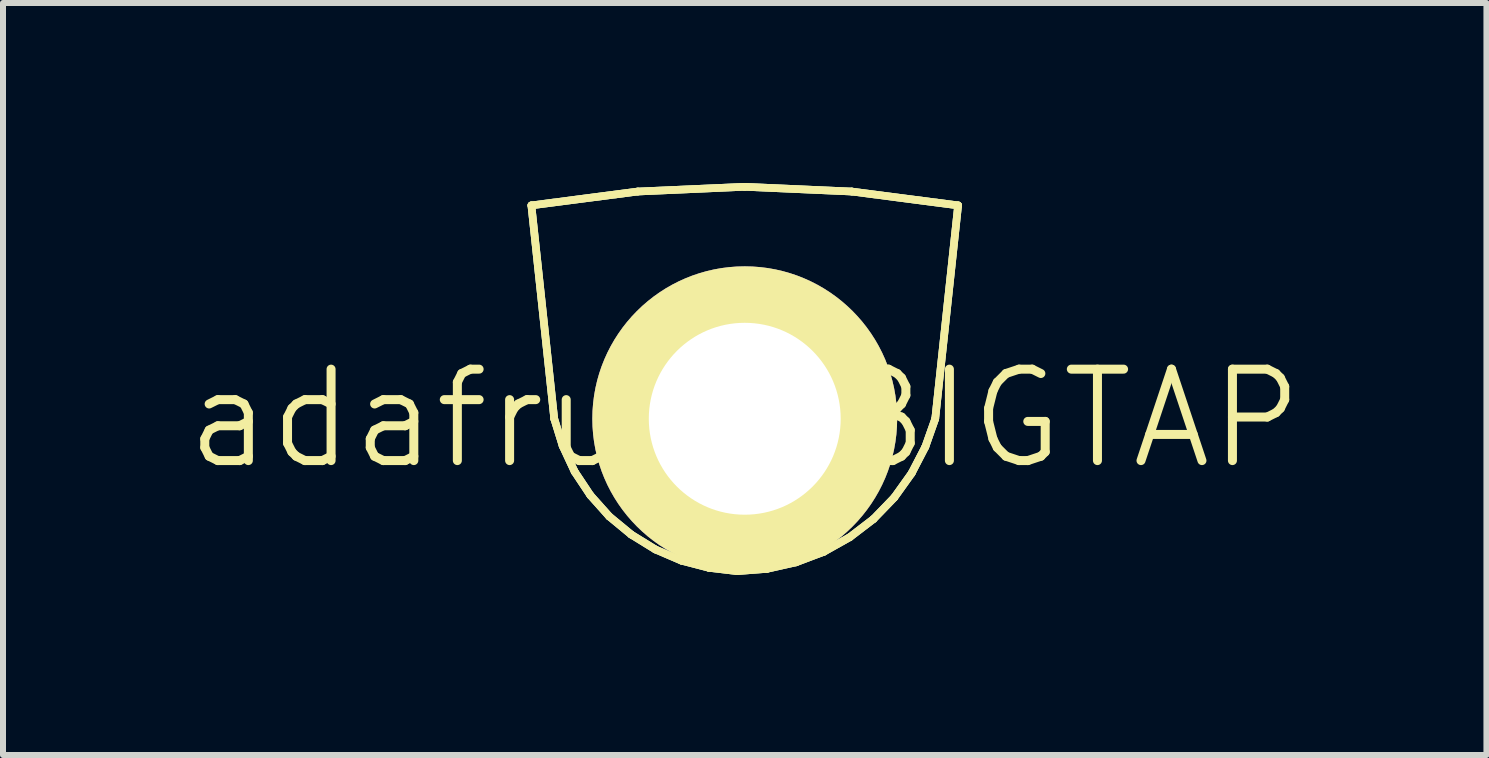
<source format=kicad_pcb>
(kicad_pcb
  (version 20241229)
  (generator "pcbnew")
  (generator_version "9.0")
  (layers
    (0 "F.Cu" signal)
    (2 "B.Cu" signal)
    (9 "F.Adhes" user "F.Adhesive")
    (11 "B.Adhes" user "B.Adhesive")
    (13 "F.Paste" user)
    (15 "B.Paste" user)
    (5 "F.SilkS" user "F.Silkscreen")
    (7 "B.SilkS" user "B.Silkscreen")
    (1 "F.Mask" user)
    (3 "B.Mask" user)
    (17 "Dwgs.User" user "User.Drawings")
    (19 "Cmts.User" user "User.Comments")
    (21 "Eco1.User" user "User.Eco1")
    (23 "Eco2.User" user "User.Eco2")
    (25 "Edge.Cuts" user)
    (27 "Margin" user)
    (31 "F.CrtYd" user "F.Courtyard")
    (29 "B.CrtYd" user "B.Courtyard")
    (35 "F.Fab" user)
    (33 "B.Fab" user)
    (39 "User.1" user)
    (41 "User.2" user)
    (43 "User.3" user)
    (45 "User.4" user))
  (footprint "adafruit-BIGTAP"
    (layer "F.Cu")
    (at 9.362 3.929)
    (property "Reference" "adafruit-BIGTAP" (at 0 0 0) (layer "F.SilkS") (effects (font (size 1.524 1.524) (thickness 0.15))))
    (attr exclude_from_pos_files exclude_from_bom)
    (fp_line (start -3.556 -3.556) (end -3.175 0) (stroke (width 0.127) (type solid)) (layer "B.Cu"))
    (fp_line (start -3.175 0) (end -3.035 0.452) (stroke (width 0.127) (type solid)) (layer "B.Cu"))
    (fp_line (start -3.035 0.452) (end -2.835 0.881) (stroke (width 0.127) (type solid)) (layer "B.Cu"))
    (fp_line (start -2.835 0.881) (end -2.573 1.275) (stroke (width 0.127) (type solid)) (layer "B.Cu"))
    (fp_line (start -2.573 1.275) (end -2.258 1.628) (stroke (width 0.127) (type solid)) (layer "B.Cu"))
    (fp_line (start -2.258 1.628) (end -1.892 1.93) (stroke (width 0.127) (type solid)) (layer "B.Cu"))
    (fp_line (start -1.892 1.93) (end -1.488 2.179) (stroke (width 0.127) (type solid)) (layer "B.Cu"))
    (fp_line (start -1.783 -3.787) (end -3.556 -3.556) (stroke (width 0.127) (type solid)) (layer "B.Cu"))
    (fp_line (start -1.488 2.179) (end -1.054 2.365) (stroke (width 0.127) (type solid)) (layer "B.Cu"))
    (fp_line (start -1.054 2.365) (end -0.597 2.484) (stroke (width 0.127) (type solid)) (layer "B.Cu"))
    (fp_line (start -0.597 2.484) (end -0.127 2.54) (stroke (width 0.127) (type solid)) (layer "B.Cu"))
    (fp_line (start -0.127 2.54) (end 0.368 2.502) (stroke (width 0.127) (type solid)) (layer "B.Cu"))
    (fp_line (start 0 -3.866) (end -1.783 -3.787) (stroke (width 0.127) (type solid)) (layer "B.Cu"))
    (fp_line (start 0.368 2.502) (end 0.853 2.393) (stroke (width 0.127) (type solid)) (layer "B.Cu"))
    (fp_line (start 0.853 2.393) (end 1.318 2.217) (stroke (width 0.127) (type solid)) (layer "B.Cu"))
    (fp_line (start 1.318 2.217) (end 1.75 1.974) (stroke (width 0.127) (type solid)) (layer "B.Cu"))
    (fp_line (start 1.75 1.974) (end 2.146 1.671) (stroke (width 0.127) (type solid)) (layer "B.Cu"))
    (fp_line (start 1.783 -3.787) (end 0 -3.866) (stroke (width 0.127) (type solid)) (layer "B.Cu"))
    (fp_line (start 2.146 1.671) (end 2.492 1.313) (stroke (width 0.127) (type solid)) (layer "B.Cu"))
    (fp_line (start 2.492 1.313) (end 2.781 0.909) (stroke (width 0.127) (type solid)) (layer "B.Cu"))
    (fp_line (start 2.781 0.909) (end 3.01 0.467) (stroke (width 0.127) (type solid)) (layer "B.Cu"))
    (fp_line (start 3.01 0.467) (end 3.175 0) (stroke (width 0.127) (type solid)) (layer "B.Cu"))
    (fp_line (start 3.175 0) (end 3.556 -3.556) (stroke (width 0.127) (type solid)) (layer "B.Cu"))
    (fp_line (start 3.556 -3.556) (end 1.783 -3.787) (stroke (width 0.127) (type solid)) (layer "B.Cu"))
    (fp_line (start -3.556 -3.556) (end -3.175 0) (stroke (width 0.127) (type solid)) (layer "F.SilkS"))
    (fp_line (start -3.556 -3.556) (end -3.175 0) (stroke (width 0.127) (type solid)) (layer "F.SilkS"))
    (fp_line (start -3.175 0) (end -3.035 0.452) (stroke (width 0.127) (type solid)) (layer "F.SilkS"))
    (fp_line (start -3.175 0) (end -3.035 0.452) (stroke (width 0.127) (type solid)) (layer "F.SilkS"))
    (fp_line (start -3.035 0.452) (end -2.835 0.881) (stroke (width 0.127) (type solid)) (layer "F.SilkS"))
    (fp_line (start -3.035 0.452) (end -2.835 0.881) (stroke (width 0.127) (type solid)) (layer "F.SilkS"))
    (fp_line (start -2.835 0.881) (end -2.573 1.275) (stroke (width 0.127) (type solid)) (layer "F.SilkS"))
    (fp_line (start -2.835 0.881) (end -2.573 1.275) (stroke (width 0.127) (type solid)) (layer "F.SilkS"))
    (fp_line (start -2.573 1.275) (end -2.258 1.628) (stroke (width 0.127) (type solid)) (layer "F.SilkS"))
    (fp_line (start -2.573 1.275) (end -2.258 1.628) (stroke (width 0.127) (type solid)) (layer "F.SilkS"))
    (fp_line (start -2.258 1.628) (end -1.892 1.93) (stroke (width 0.127) (type solid)) (layer "F.SilkS"))
    (fp_line (start -2.258 1.628) (end -1.892 1.93) (stroke (width 0.127) (type solid)) (layer "F.SilkS"))
    (fp_line (start -1.892 1.93) (end -1.488 2.179) (stroke (width 0.127) (type solid)) (layer "F.SilkS"))
    (fp_line (start -1.892 1.93) (end -1.488 2.179) (stroke (width 0.127) (type solid)) (layer "F.SilkS"))
    (fp_line (start -1.783 -3.787) (end -3.556 -3.556) (stroke (width 0.127) (type solid)) (layer "F.SilkS"))
    (fp_line (start -1.783 -3.787) (end -3.556 -3.556) (stroke (width 0.127) (type solid)) (layer "F.SilkS"))
    (fp_line (start -1.488 2.179) (end -1.054 2.365) (stroke (width 0.127) (type solid)) (layer "F.SilkS"))
    (fp_line (start -1.488 2.179) (end -1.054 2.365) (stroke (width 0.127) (type solid)) (layer "F.SilkS"))
    (fp_line (start -1.054 2.365) (end -0.597 2.484) (stroke (width 0.127) (type solid)) (layer "F.SilkS"))
    (fp_line (start -1.054 2.365) (end -0.597 2.484) (stroke (width 0.127) (type solid)) (layer "F.SilkS"))
    (fp_line (start -0.597 2.484) (end -0.127 2.54) (stroke (width 0.127) (type solid)) (layer "F.SilkS"))
    (fp_line (start -0.597 2.484) (end -0.127 2.54) (stroke (width 0.127) (type solid)) (layer "F.SilkS"))
    (fp_line (start -0.127 2.54) (end 0.368 2.502) (stroke (width 0.127) (type solid)) (layer "F.SilkS"))
    (fp_line (start -0.127 2.54) (end 0.368 2.502) (stroke (width 0.127) (type solid)) (layer "F.SilkS"))
    (fp_line (start 0 -3.866) (end -1.783 -3.787) (stroke (width 0.127) (type solid)) (layer "F.SilkS"))
    (fp_line (start 0 -3.866) (end -1.783 -3.787) (stroke (width 0.127) (type solid)) (layer "F.SilkS"))
    (fp_line (start 0.368 2.502) (end 0.853 2.393) (stroke (width 0.127) (type solid)) (layer "F.SilkS"))
    (fp_line (start 0.368 2.502) (end 0.853 2.393) (stroke (width 0.127) (type solid)) (layer "F.SilkS"))
    (fp_line (start 0.853 2.393) (end 1.318 2.217) (stroke (width 0.127) (type solid)) (layer "F.SilkS"))
    (fp_line (start 0.853 2.393) (end 1.318 2.217) (stroke (width 0.127) (type solid)) (layer "F.SilkS"))
    (fp_line (start 1.318 2.217) (end 1.75 1.974) (stroke (width 0.127) (type solid)) (layer "F.SilkS"))
    (fp_line (start 1.318 2.217) (end 1.75 1.974) (stroke (width 0.127) (type solid)) (layer "F.SilkS"))
    (fp_line (start 1.75 1.974) (end 2.146 1.671) (stroke (width 0.127) (type solid)) (layer "F.SilkS"))
    (fp_line (start 1.75 1.974) (end 2.146 1.671) (stroke (width 0.127) (type solid)) (layer "F.SilkS"))
    (fp_line (start 1.783 -3.787) (end 0 -3.866) (stroke (width 0.127) (type solid)) (layer "F.SilkS"))
    (fp_line (start 1.783 -3.787) (end 0 -3.866) (stroke (width 0.127) (type solid)) (layer "F.SilkS"))
    (fp_line (start 2.146 1.671) (end 2.492 1.313) (stroke (width 0.127) (type solid)) (layer "F.SilkS"))
    (fp_line (start 2.146 1.671) (end 2.492 1.313) (stroke (width 0.127) (type solid)) (layer "F.SilkS"))
    (fp_line (start 2.492 1.313) (end 2.781 0.909) (stroke (width 0.127) (type solid)) (layer "F.SilkS"))
    (fp_line (start 2.492 1.313) (end 2.781 0.909) (stroke (width 0.127) (type solid)) (layer "F.SilkS"))
    (fp_line (start 2.781 0.909) (end 3.01 0.467) (stroke (width 0.127) (type solid)) (layer "F.SilkS"))
    (fp_line (start 2.781 0.909) (end 3.01 0.467) (stroke (width 0.127) (type solid)) (layer "F.SilkS"))
    (fp_line (start 3.01 0.467) (end 3.175 0) (stroke (width 0.127) (type solid)) (layer "F.SilkS"))
    (fp_line (start 3.01 0.467) (end 3.175 0) (stroke (width 0.127) (type solid)) (layer "F.SilkS"))
    (fp_line (start 3.175 0) (end 3.556 -3.556) (stroke (width 0.127) (type solid)) (layer "F.SilkS"))
    (fp_line (start 3.175 0) (end 3.556 -3.556) (stroke (width 0.127) (type solid)) (layer "F.SilkS"))
    (fp_line (start 3.556 -3.556) (end 1.783 -3.787) (stroke (width 0.127) (type solid)) (layer "F.SilkS"))
    (fp_line (start 3.556 -3.556) (end 1.783 -3.787) (stroke (width 0.127) (type solid)) (layer "F.SilkS"))
    (fp_line (start -3.556 -3.556) (end -3.175 0) (stroke (width 0.127) (type solid)) (layer "B.Adhes"))
    (fp_line (start -3.175 0) (end -3.035 0.452) (stroke (width 0.127) (type solid)) (layer "B.Adhes"))
    (fp_line (start -3.035 0.452) (end -2.835 0.881) (stroke (width 0.127) (type solid)) (layer "B.Adhes"))
    (fp_line (start -2.835 0.881) (end -2.573 1.275) (stroke (width 0.127) (type solid)) (layer "B.Adhes"))
    (fp_line (start -2.573 1.275) (end -2.258 1.628) (stroke (width 0.127) (type solid)) (layer "B.Adhes"))
    (fp_line (start -2.258 1.628) (end -1.892 1.93) (stroke (width 0.127) (type solid)) (layer "B.Adhes"))
    (fp_line (start -1.892 1.93) (end -1.488 2.179) (stroke (width 0.127) (type solid)) (layer "B.Adhes"))
    (fp_line (start -1.783 -3.787) (end -3.556 -3.556) (stroke (width 0.127) (type solid)) (layer "B.Adhes"))
    (fp_line (start -1.488 2.179) (end -1.054 2.365) (stroke (width 0.127) (type solid)) (layer "B.Adhes"))
    (fp_line (start -1.054 2.365) (end -0.597 2.484) (stroke (width 0.127) (type solid)) (layer "B.Adhes"))
    (fp_line (start -0.597 2.484) (end -0.127 2.54) (stroke (width 0.127) (type solid)) (layer "B.Adhes"))
    (fp_line (start -0.127 2.54) (end 0.368 2.502) (stroke (width 0.127) (type solid)) (layer "B.Adhes"))
    (fp_line (start 0 -3.866) (end -1.783 -3.787) (stroke (width 0.127) (type solid)) (layer "B.Adhes"))
    (fp_line (start 0.368 2.502) (end 0.853 2.393) (stroke (width 0.127) (type solid)) (layer "B.Adhes"))
    (fp_line (start 0.853 2.393) (end 1.318 2.217) (stroke (width 0.127) (type solid)) (layer "B.Adhes"))
    (fp_line (start 1.318 2.217) (end 1.75 1.974) (stroke (width 0.127) (type solid)) (layer "B.Adhes"))
    (fp_line (start 1.75 1.974) (end 2.146 1.671) (stroke (width 0.127) (type solid)) (layer "B.Adhes"))
    (fp_line (start 1.783 -3.787) (end 0 -3.866) (stroke (width 0.127) (type solid)) (layer "B.Adhes"))
    (fp_line (start 2.146 1.671) (end 2.492 1.313) (stroke (width 0.127) (type solid)) (layer "B.Adhes"))
    (fp_line (start 2.492 1.313) (end 2.781 0.909) (stroke (width 0.127) (type solid)) (layer "B.Adhes"))
    (fp_line (start 2.781 0.909) (end 3.01 0.467) (stroke (width 0.127) (type solid)) (layer "B.Adhes"))
    (fp_line (start 3.01 0.467) (end 3.175 0) (stroke (width 0.127) (type solid)) (layer "B.Adhes"))
    (fp_line (start 3.175 0) (end 3.556 -3.556) (stroke (width 0.127) (type solid)) (layer "B.Adhes"))
    (fp_line (start 3.556 -3.556) (end 1.783 -3.787) (stroke (width 0.127) (type solid)) (layer "B.Adhes"))
    (pad "P$1" thru_hole circle (at 0 0) (size 5.08 5.08) (drill 3.198) (layers "*.Cu" "F.Mask" "F.SilkS" "F.Paste")))
  (gr_rect
    (start -3 -3)
    (end 21.723 9.533)
    (stroke (width 0.1) (type default))
    (fill no)
    (layer "Edge.Cuts")))
</source>
